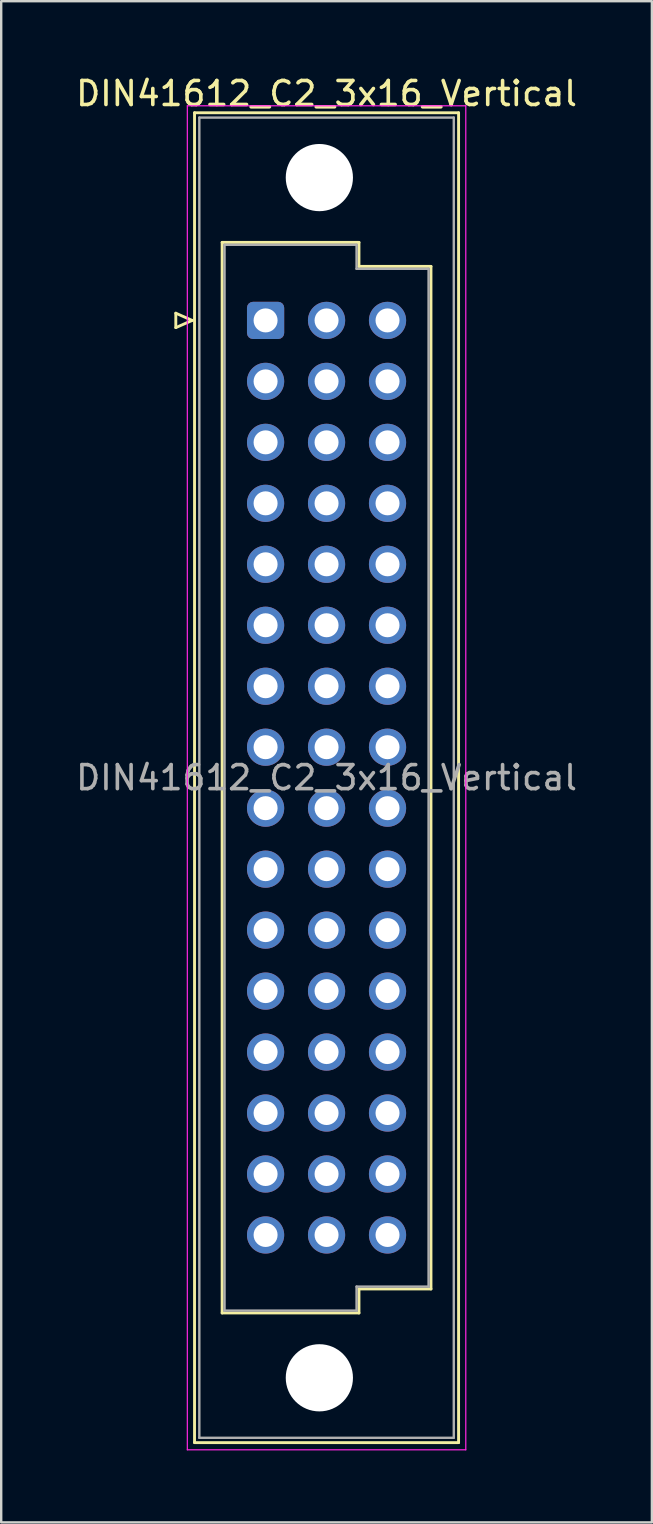
<source format=kicad_pcb>
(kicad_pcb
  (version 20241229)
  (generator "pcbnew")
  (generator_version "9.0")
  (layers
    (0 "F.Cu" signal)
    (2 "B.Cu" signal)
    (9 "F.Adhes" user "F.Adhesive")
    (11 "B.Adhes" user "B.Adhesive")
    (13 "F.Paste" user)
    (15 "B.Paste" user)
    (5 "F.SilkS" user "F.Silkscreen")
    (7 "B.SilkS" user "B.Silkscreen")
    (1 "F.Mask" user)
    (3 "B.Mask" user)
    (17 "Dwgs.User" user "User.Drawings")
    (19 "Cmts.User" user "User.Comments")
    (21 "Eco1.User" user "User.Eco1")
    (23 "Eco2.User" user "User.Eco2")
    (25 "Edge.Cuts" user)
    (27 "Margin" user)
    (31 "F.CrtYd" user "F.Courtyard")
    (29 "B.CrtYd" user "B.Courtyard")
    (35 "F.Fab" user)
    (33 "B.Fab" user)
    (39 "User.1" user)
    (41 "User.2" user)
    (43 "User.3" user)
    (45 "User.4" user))
  (footprint "DIN41612_C2_3x16_Vertical"
    (layer "F.Cu")
    (at 8.014 10.298)
    (property "Reference" "DIN41612_C2_3x16_Vertical" (at 2.54 -9.45 0) (layer "F.SilkS") (effects (font (size 1 1) (thickness 0.15))))
    (attr through_hole)
    (fp_line (start -3.74 -0.3) (end -3.74 0.3) (stroke (width 0.12) (type solid)) (layer "F.SilkS"))
    (fp_line (start -3.74 0.3) (end -3.06 0) (stroke (width 0.12) (type solid)) (layer "F.SilkS"))
    (fp_line (start -3.06 0) (end -3.74 -0.3) (stroke (width 0.12) (type solid)) (layer "F.SilkS"))
    (fp_line (start -2.96 -8.65) (end 8.04 -8.65) (stroke (width 0.12) (type solid)) (layer "F.SilkS"))
    (fp_line (start -2.96 46.75) (end -2.96 -8.65) (stroke (width 0.12) (type solid)) (layer "F.SilkS"))
    (fp_line (start -1.81 -3.25) (end 3.89 -3.25) (stroke (width 0.12) (type solid)) (layer "F.SilkS"))
    (fp_line (start -1.81 41.35) (end -1.81 -3.25) (stroke (width 0.12) (type solid)) (layer "F.SilkS"))
    (fp_line (start 3.89 -3.25) (end 3.89 -2.25) (stroke (width 0.12) (type solid)) (layer "F.SilkS"))
    (fp_line (start 3.89 -2.25) (end 6.89 -2.25) (stroke (width 0.12) (type solid)) (layer "F.SilkS"))
    (fp_line (start 3.89 40.35) (end 3.89 41.35) (stroke (width 0.12) (type solid)) (layer "F.SilkS"))
    (fp_line (start 3.89 41.35) (end -1.81 41.35) (stroke (width 0.12) (type solid)) (layer "F.SilkS"))
    (fp_line (start 6.89 -2.25) (end 6.89 40.35) (stroke (width 0.12) (type solid)) (layer "F.SilkS"))
    (fp_line (start 6.89 40.35) (end 3.89 40.35) (stroke (width 0.12) (type solid)) (layer "F.SilkS"))
    (fp_line (start 8.04 -8.65) (end 8.04 46.75) (stroke (width 0.12) (type solid)) (layer "F.SilkS"))
    (fp_line (start 8.04 46.75) (end -2.96 46.75) (stroke (width 0.12) (type solid)) (layer "F.SilkS"))
    (fp_line (start -3.26 -8.94) (end 8.34 -8.94) (stroke (width 0.05) (type solid)) (layer "F.CrtYd"))
    (fp_line (start -3.26 47.05) (end -3.26 -8.94) (stroke (width 0.05) (type solid)) (layer "F.CrtYd"))
    (fp_line (start 8.34 -8.94) (end 8.34 47.05) (stroke (width 0.05) (type solid)) (layer "F.CrtYd"))
    (fp_line (start 8.34 47.05) (end -3.26 47.05) (stroke (width 0.05) (type solid)) (layer "F.CrtYd"))
    (fp_line (start -2.76 -8.45) (end 7.84 -8.45) (stroke (width 0.1) (type solid)) (layer "F.Fab"))
    (fp_line (start -2.76 46.55) (end -2.76 -8.45) (stroke (width 0.1) (type solid)) (layer "F.Fab"))
    (fp_line (start -1.71 -3.15) (end 3.79 -3.15) (stroke (width 0.1) (type solid)) (layer "F.Fab"))
    (fp_line (start -1.71 41.25) (end -1.71 -3.15) (stroke (width 0.1) (type solid)) (layer "F.Fab"))
    (fp_line (start 3.79 -3.15) (end 3.79 -2.15) (stroke (width 0.1) (type solid)) (layer "F.Fab"))
    (fp_line (start 3.79 -2.15) (end 6.79 -2.15) (stroke (width 0.1) (type solid)) (layer "F.Fab"))
    (fp_line (start 3.79 40.25) (end 3.79 41.25) (stroke (width 0.1) (type solid)) (layer "F.Fab"))
    (fp_line (start 3.79 41.25) (end -1.71 41.25) (stroke (width 0.1) (type solid)) (layer "F.Fab"))
    (fp_line (start 6.79 -2.15) (end 6.79 40.25) (stroke (width 0.1) (type solid)) (layer "F.Fab"))
    (fp_line (start 6.79 40.25) (end 3.79 40.25) (stroke (width 0.1) (type solid)) (layer "F.Fab"))
    (fp_line (start 7.84 -8.45) (end 7.84 46.55) (stroke (width 0.1) (type solid)) (layer "F.Fab"))
    (fp_line (start 7.84 46.55) (end -2.76 46.55) (stroke (width 0.1) (type solid)) (layer "F.Fab"))
    (fp_text user "${REFERENCE}" (at 2.54 19.05 0) (layer "F.Fab") (effects (font (size 1 1) (thickness 0.15))))
    (pad "" np_thru_hole circle (at 2.24 -5.95) (size 2.8 2.8) (drill 2.8) (layers "*.Cu" "*.Mask"))
    (pad "" np_thru_hole circle (at 2.24 44.05) (size 2.8 2.8) (drill 2.8) (layers "*.Cu" "*.Mask"))
    (pad "a1" thru_hole roundrect (at 0 0) (size 1.55 1.55) (drill 1) (layers "*.Cu" "*.Mask") (roundrect_rratio 0.161))
    (pad "a2" thru_hole circle (at 0 2.54) (size 1.55 1.55) (drill 1) (layers "*.Cu" "*.Mask"))
    (pad "a3" thru_hole circle (at 0 5.08) (size 1.55 1.55) (drill 1) (layers "*.Cu" "*.Mask"))
    (pad "a4" thru_hole circle (at 0 7.62) (size 1.55 1.55) (drill 1) (layers "*.Cu" "*.Mask"))
    (pad "a5" thru_hole circle (at 0 10.16) (size 1.55 1.55) (drill 1) (layers "*.Cu" "*.Mask"))
    (pad "a6" thru_hole circle (at 0 12.7) (size 1.55 1.55) (drill 1) (layers "*.Cu" "*.Mask"))
    (pad "a7" thru_hole circle (at 0 15.24) (size 1.55 1.55) (drill 1) (layers "*.Cu" "*.Mask"))
    (pad "a8" thru_hole circle (at 0 17.78) (size 1.55 1.55) (drill 1) (layers "*.Cu" "*.Mask"))
    (pad "a9" thru_hole circle (at 0 20.32) (size 1.55 1.55) (drill 1) (layers "*.Cu" "*.Mask"))
    (pad "a10" thru_hole circle (at 0 22.86) (size 1.55 1.55) (drill 1) (layers "*.Cu" "*.Mask"))
    (pad "a11" thru_hole circle (at 0 25.4) (size 1.55 1.55) (drill 1) (layers "*.Cu" "*.Mask"))
    (pad "a12" thru_hole circle (at 0 27.94) (size 1.55 1.55) (drill 1) (layers "*.Cu" "*.Mask"))
    (pad "a13" thru_hole circle (at 0 30.48) (size 1.55 1.55) (drill 1) (layers "*.Cu" "*.Mask"))
    (pad "a14" thru_hole circle (at 0 33.02) (size 1.55 1.55) (drill 1) (layers "*.Cu" "*.Mask"))
    (pad "a15" thru_hole circle (at 0 35.56) (size 1.55 1.55) (drill 1) (layers "*.Cu" "*.Mask"))
    (pad "a16" thru_hole circle (at 0 38.1) (size 1.55 1.55) (drill 1) (layers "*.Cu" "*.Mask"))
    (pad "b1" thru_hole circle (at 2.54 0) (size 1.55 1.55) (drill 1) (layers "*.Cu" "*.Mask"))
    (pad "b2" thru_hole circle (at 2.54 2.54) (size 1.55 1.55) (drill 1) (layers "*.Cu" "*.Mask"))
    (pad "b3" thru_hole circle (at 2.54 5.08) (size 1.55 1.55) (drill 1) (layers "*.Cu" "*.Mask"))
    (pad "b4" thru_hole circle (at 2.54 7.62) (size 1.55 1.55) (drill 1) (layers "*.Cu" "*.Mask"))
    (pad "b5" thru_hole circle (at 2.54 10.16) (size 1.55 1.55) (drill 1) (layers "*.Cu" "*.Mask"))
    (pad "b6" thru_hole circle (at 2.54 12.7) (size 1.55 1.55) (drill 1) (layers "*.Cu" "*.Mask"))
    (pad "b7" thru_hole circle (at 2.54 15.24) (size 1.55 1.55) (drill 1) (layers "*.Cu" "*.Mask"))
    (pad "b8" thru_hole circle (at 2.54 17.78) (size 1.55 1.55) (drill 1) (layers "*.Cu" "*.Mask"))
    (pad "b9" thru_hole circle (at 2.54 20.32) (size 1.55 1.55) (drill 1) (layers "*.Cu" "*.Mask"))
    (pad "b10" thru_hole circle (at 2.54 22.86) (size 1.55 1.55) (drill 1) (layers "*.Cu" "*.Mask"))
    (pad "b11" thru_hole circle (at 2.54 25.4) (size 1.55 1.55) (drill 1) (layers "*.Cu" "*.Mask"))
    (pad "b12" thru_hole circle (at 2.54 27.94) (size 1.55 1.55) (drill 1) (layers "*.Cu" "*.Mask"))
    (pad "b13" thru_hole circle (at 2.54 30.48) (size 1.55 1.55) (drill 1) (layers "*.Cu" "*.Mask"))
    (pad "b14" thru_hole circle (at 2.54 33.02) (size 1.55 1.55) (drill 1) (layers "*.Cu" "*.Mask"))
    (pad "b15" thru_hole circle (at 2.54 35.56) (size 1.55 1.55) (drill 1) (layers "*.Cu" "*.Mask"))
    (pad "b16" thru_hole circle (at 2.54 38.1) (size 1.55 1.55) (drill 1) (layers "*.Cu" "*.Mask"))
    (pad "c1" thru_hole circle (at 5.08 0) (size 1.55 1.55) (drill 1) (layers "*.Cu" "*.Mask"))
    (pad "c2" thru_hole circle (at 5.08 2.54) (size 1.55 1.55) (drill 1) (layers "*.Cu" "*.Mask"))
    (pad "c3" thru_hole circle (at 5.08 5.08) (size 1.55 1.55) (drill 1) (layers "*.Cu" "*.Mask"))
    (pad "c4" thru_hole circle (at 5.08 7.62) (size 1.55 1.55) (drill 1) (layers "*.Cu" "*.Mask"))
    (pad "c5" thru_hole circle (at 5.08 10.16) (size 1.55 1.55) (drill 1) (layers "*.Cu" "*.Mask"))
    (pad "c6" thru_hole circle (at 5.08 12.7) (size 1.55 1.55) (drill 1) (layers "*.Cu" "*.Mask"))
    (pad "c7" thru_hole circle (at 5.08 15.24) (size 1.55 1.55) (drill 1) (layers "*.Cu" "*.Mask"))
    (pad "c8" thru_hole circle (at 5.08 17.78) (size 1.55 1.55) (drill 1) (layers "*.Cu" "*.Mask"))
    (pad "c9" thru_hole circle (at 5.08 20.32) (size 1.55 1.55) (drill 1) (layers "*.Cu" "*.Mask"))
    (pad "c10" thru_hole circle (at 5.08 22.86) (size 1.55 1.55) (drill 1) (layers "*.Cu" "*.Mask"))
    (pad "c11" thru_hole circle (at 5.08 25.4) (size 1.55 1.55) (drill 1) (layers "*.Cu" "*.Mask"))
    (pad "c12" thru_hole circle (at 5.08 27.94) (size 1.55 1.55) (drill 1) (layers "*.Cu" "*.Mask"))
    (pad "c13" thru_hole circle (at 5.08 30.48) (size 1.55 1.55) (drill 1) (layers "*.Cu" "*.Mask"))
    (pad "c14" thru_hole circle (at 5.08 33.02) (size 1.55 1.55) (drill 1) (layers "*.Cu" "*.Mask"))
    (pad "c15" thru_hole circle (at 5.08 35.56) (size 1.55 1.55) (drill 1) (layers "*.Cu" "*.Mask"))
    (pad "c16" thru_hole circle (at 5.08 38.1) (size 1.55 1.55) (drill 1) (layers "*.Cu" "*.Mask")))
  (gr_rect
    (start -3 -3)
    (end 24.107 60.373)
    (stroke (width 0.1) (type default))
    (fill no)
    (layer "Edge.Cuts")))
</source>
